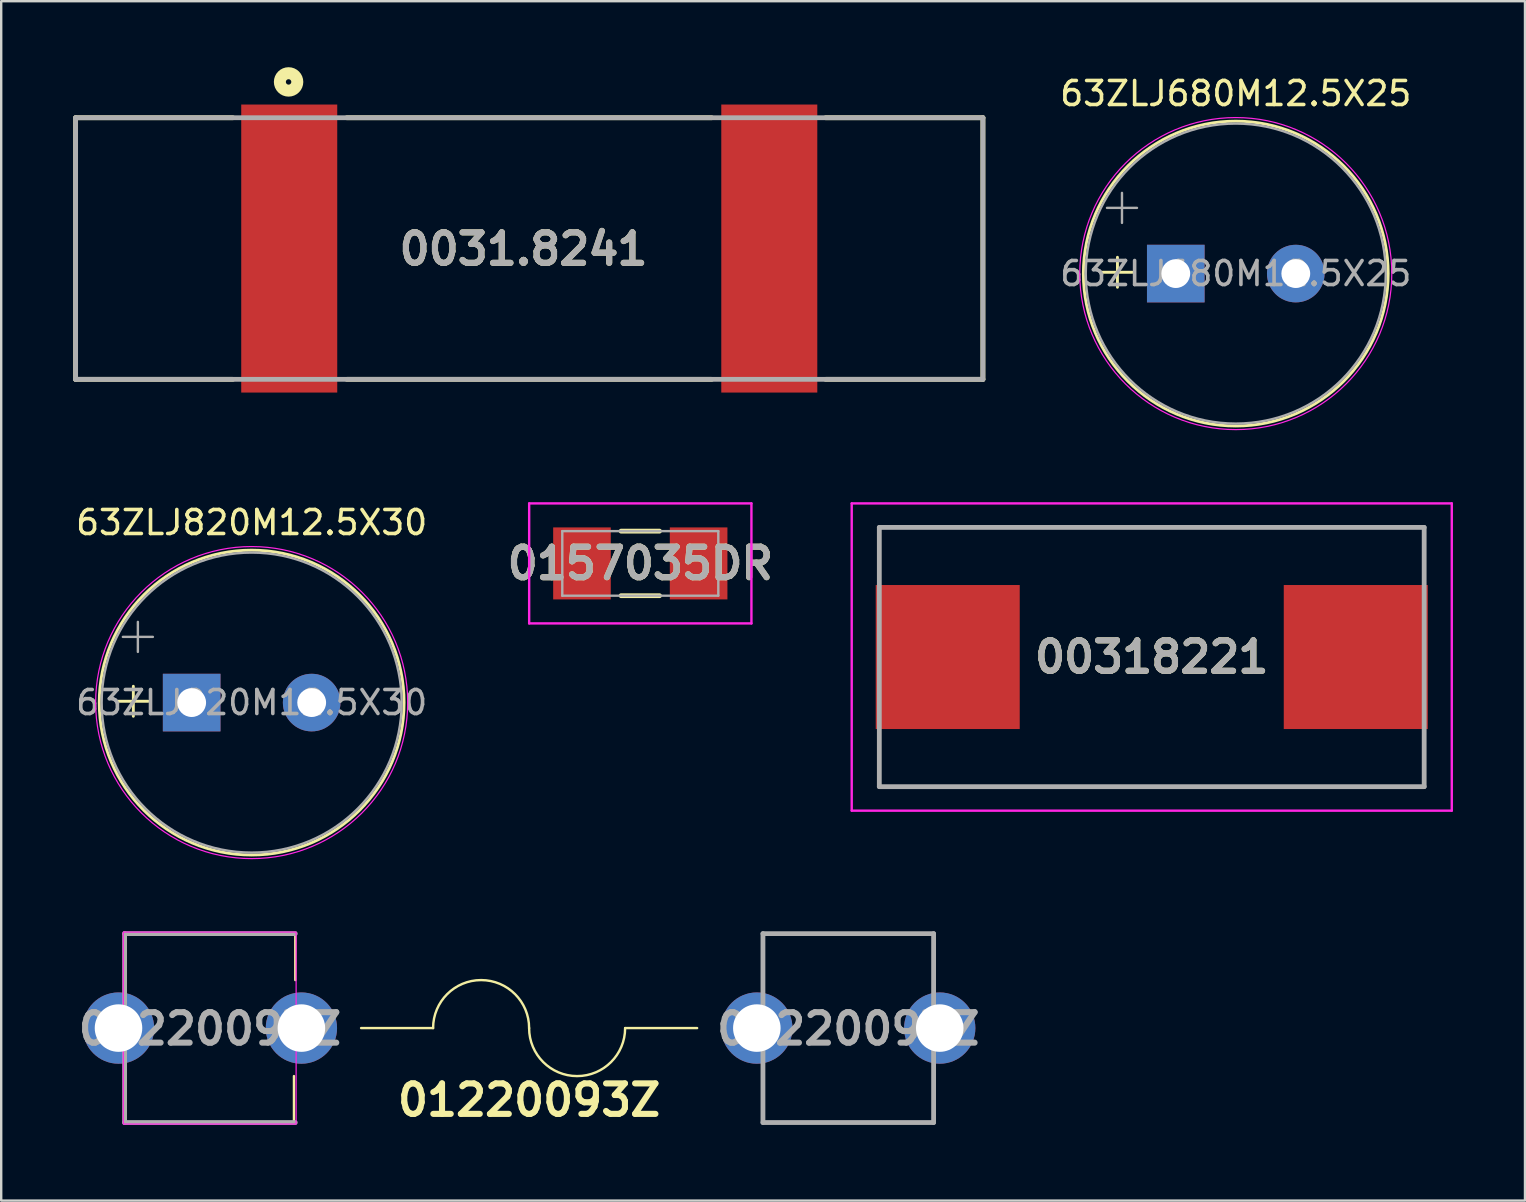
<source format=kicad_pcb>
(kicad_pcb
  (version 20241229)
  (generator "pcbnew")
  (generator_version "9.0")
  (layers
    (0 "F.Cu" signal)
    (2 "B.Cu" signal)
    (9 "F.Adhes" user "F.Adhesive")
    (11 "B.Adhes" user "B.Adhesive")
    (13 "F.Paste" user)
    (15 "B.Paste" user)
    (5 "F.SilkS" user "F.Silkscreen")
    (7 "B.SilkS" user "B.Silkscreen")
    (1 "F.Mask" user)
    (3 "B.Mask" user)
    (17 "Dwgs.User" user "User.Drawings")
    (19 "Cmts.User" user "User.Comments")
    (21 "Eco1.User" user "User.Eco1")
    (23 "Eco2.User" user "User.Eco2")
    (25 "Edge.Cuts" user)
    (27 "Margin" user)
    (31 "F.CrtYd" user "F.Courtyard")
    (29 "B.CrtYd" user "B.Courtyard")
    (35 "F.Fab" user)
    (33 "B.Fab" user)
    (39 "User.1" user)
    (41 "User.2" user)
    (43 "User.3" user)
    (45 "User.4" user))
  (footprint "63ZLJ820M12.5X30"
    (layer "F.Cu")
    (at 4.935 26.221)
    (property "Reference" "63ZLJ820M12.5X30" (at 2.5 -7.5 0) (layer "F.SilkS") (effects (font (size 1 1) (thickness 0.15))))
    (attr through_hole)
    (fp_line (start -3.055 -0.055) (end -1.805 -0.055) (stroke (width 0.12) (type solid)) (layer "F.SilkS"))
    (fp_line (start -2.43 -0.68) (end -2.43 0.57) (stroke (width 0.12) (type solid)) (layer "F.SilkS"))
    (fp_circle (center 2.5 0) (end 8.85 0) (stroke (width 0.12) (type solid)) (fill no) (layer "F.SilkS"))
    (fp_circle (center 2.5 0) (end 9 0) (stroke (width 0.05) (type solid)) (fill no) (layer "F.CrtYd"))
    (fp_line (start -2.866 -2.737) (end -1.616 -2.737) (stroke (width 0.1) (type solid)) (layer "F.Fab"))
    (fp_line (start -2.241 -3.362) (end -2.241 -2.112) (stroke (width 0.1) (type solid)) (layer "F.Fab"))
    (fp_circle (center 2.5 0) (end 8.75 0) (stroke (width 0.1) (type solid)) (fill no) (layer "F.Fab"))
    (fp_text user "${REFERENCE}" (at 2.5 0 0) (layer "F.Fab") (effects (font (size 1 1) (thickness 0.15))))
    (pad "1" thru_hole rect (at 0 0) (size 2.4 2.4) (drill 1.2) (layers "*.Cu" "*.Mask"))
    (pad "2" thru_hole circle (at 5 0) (size 2.4 2.4) (drill 1.2) (layers "*.Cu" "*.Mask")))
  (footprint "01220093Z"
    (layer "F.Cu")
    (at 1.887 39.782)
    (property "Reference" "01220093Z" (at 17.107 3 180) (layer "F.SilkS") (effects (font (size 1.27 1.27) (thickness 0.254))))
    (property "Value" "${VALUE}" (at 17.107 -5.5 0) (layer "F.SilkS") (hide yes) (effects (font (size 1.27 1.27) (thickness 0.254))))
    (attr through_hole allow_missing_courtyard dnp)
    (fp_line (start 0.255 -3.935) (end 7.365 -3.935) (stroke (width 0.1) (type solid)) (layer "F.SilkS"))
    (fp_line (start 0.255 -2) (end 0.255 -3.935) (stroke (width 0.1) (type solid)) (layer "F.SilkS"))
    (fp_line (start 0.255 2) (end 0.255 3.935) (stroke (width 0.1) (type solid)) (layer "F.SilkS"))
    (fp_line (start 0.255 3.935) (end 7.31 3.935) (stroke (width 0.1) (type solid)) (layer "F.SilkS"))
    (fp_line (start 7.31 2) (end 7.31 3.935) (stroke (width 0.1) (type solid)) (layer "F.SilkS"))
    (fp_line (start 7.365 -3.935) (end 7.365 -2) (stroke (width 0.1) (type solid)) (layer "F.SilkS"))
    (fp_line (start 13.107 0) (end 10.107 0) (stroke (width 0.1) (type default)) (layer "F.SilkS"))
    (fp_line (start 21.107 0) (end 24.107 0) (stroke (width 0.1) (type default)) (layer "F.SilkS"))
    (fp_line (start 26.849 -3.935) (end 33.959 -3.935) (stroke (width 0.1) (type solid)) (layer "F.SilkS"))
    (fp_line (start 26.849 -2) (end 26.849 -3.935) (stroke (width 0.1) (type solid)) (layer "F.SilkS"))
    (fp_line (start 26.849 2) (end 26.849 3.935) (stroke (width 0.1) (type solid)) (layer "F.SilkS"))
    (fp_line (start 26.849 3.935) (end 33.959 3.935) (stroke (width 0.1) (type solid)) (layer "F.SilkS"))
    (fp_line (start 33.959 -3.935) (end 33.959 -2) (stroke (width 0.1) (type solid)) (layer "F.SilkS"))
    (fp_line (start 33.959 2) (end 33.959 3.935) (stroke (width 0.1) (type solid)) (layer "F.SilkS"))
    (fp_arc (start 13.1069 0) (mid 15.1069 -2) (end 17.1069 0) (stroke (width 0.1) (type default)) (layer "F.SilkS"))
    (fp_arc (start 21.1069 0) (mid 19.1069 2) (end 17.1069 0) (stroke (width 0.1) (type default)) (layer "F.SilkS"))
    (fp_rect (start 0.2 -4) (end 7.4 4) (stroke (width 0.05) (type default)) (fill no) (layer "F.CrtYd"))
    (fp_line (start 0.255 -3.935) (end 7.365 -3.935) (stroke (width 0.2) (type solid)) (layer "F.Fab"))
    (fp_line (start 0.255 3.935) (end 0.255 -3.935) (stroke (width 0.2) (type solid)) (layer "F.Fab"))
    (fp_line (start 7.365 3.935) (end 0.255 3.935) (stroke (width 0.2) (type solid)) (layer "F.Fab"))
    (fp_line (start 26.849 -3.935) (end 33.959 -3.935) (stroke (width 0.2) (type solid)) (layer "F.Fab"))
    (fp_line (start 26.849 3.935) (end 26.849 -3.935) (stroke (width 0.2) (type solid)) (layer "F.Fab"))
    (fp_line (start 33.959 -3.935) (end 33.959 3.935) (stroke (width 0.2) (type solid)) (layer "F.Fab"))
    (fp_line (start 33.959 3.935) (end 26.849 3.935) (stroke (width 0.2) (type solid)) (layer "F.Fab"))
    (fp_text user "${REFERENCE}" (at 30.404 0.032 0) (layer "F.Fab") (effects (font (size 1.27 1.27) (thickness 0.254))))
    (fp_text user "${REFERENCE}" (at 3.81 0.032 0) (layer "F.Fab") (effects (font (size 1.27 1.27) (thickness 0.254))))
    (pad "1" thru_hole circle (at 0 0) (size 2.97 2.97) (drill 1.98) (layers "*.Cu" "*.Mask"))
    (pad "2" thru_hole circle (at 7.62 0) (size 2.97 2.97) (drill 1.98) (layers "*.Cu" "*.Mask"))
    (pad "3" thru_hole circle (at 26.594 0) (size 2.97 2.97) (drill 1.98) (layers "*.Cu" "*.Mask"))
    (pad "4" thru_hole circle (at 34.214 0) (size 2.97 2.97) (drill 1.98) (layers "*.Cu" "*.Mask")))
  (footprint "0031.8241"
    (layer "F.Cu")
    (at 19 7.305)
    (property "Reference" "0031.8241" (at -0.239 0.021 0) (layer "F.SilkS") (effects (font (size 1.27 1.27) (thickness 0.254))))
    (attr smd)
    (fp_line (start -18.9 -5.45) (end -12.35 -5.45) (stroke (width 0.2) (type solid)) (layer "F.SilkS"))
    (fp_line (start -18.9 5.45) (end -18.9 -5.45) (stroke (width 0.2) (type solid)) (layer "F.SilkS"))
    (fp_line (start -18.9 5.45) (end -12.35 5.45) (stroke (width 0.2) (type solid)) (layer "F.SilkS"))
    (fp_line (start -7.6 -5.45) (end 7.6 -5.45) (stroke (width 0.2) (type solid)) (layer "F.SilkS"))
    (fp_line (start -7.6 5.45) (end 7.6 5.45) (stroke (width 0.2) (type solid)) (layer "F.SilkS"))
    (fp_line (start 18.9 -5.45) (end 12.35 -5.45) (stroke (width 0.2) (type solid)) (layer "F.SilkS"))
    (fp_line (start 18.9 -5.45) (end 18.9 5.45) (stroke (width 0.2) (type solid)) (layer "F.SilkS"))
    (fp_line (start 18.9 5.45) (end 12.35 5.45) (stroke (width 0.2) (type solid)) (layer "F.SilkS"))
    (fp_circle (center -10.027 -6.942) (end -10.027 -6.829) (stroke (width 0.5) (type solid)) (fill no) (layer "F.SilkS"))
    (fp_line (start -18.9 -5.45) (end 18.9 -5.45) (stroke (width 0.2) (type solid)) (layer "F.Fab"))
    (fp_line (start -18.9 5.45) (end -18.9 -5.45) (stroke (width 0.2) (type solid)) (layer "F.Fab"))
    (fp_line (start 18.9 -5.45) (end 18.9 5.45) (stroke (width 0.2) (type solid)) (layer "F.Fab"))
    (fp_line (start 18.9 5.45) (end -18.9 5.45) (stroke (width 0.2) (type solid)) (layer "F.Fab"))
    (fp_text user "${REFERENCE}" (at -0.239 0.021 0) (layer "F.Fab") (effects (font (size 1.27 1.27) (thickness 0.254))))
    (pad "1" smd rect (at -10 0) (size 4 12) (layers "F.Cu" "F.Mask" "F.Paste"))
    (pad "2" smd rect (at 10 0) (size 4 12) (layers "F.Cu" "F.Mask" "F.Paste")))
  (footprint "0157035DR"
    (layer "F.Cu")
    (at 23.626 20.423)
    (property "Reference" "0157035DR" (at 0 0 0) (layer "F.SilkS") (effects (font (size 1.27 1.27) (thickness 0.254))))
    (attr smd)
    (fp_line (start -0.8 -1.345) (end 0.8 -1.345) (stroke (width 0.2) (type solid)) (layer "F.SilkS"))
    (fp_line (start -0.8 1.345) (end 0.8 1.345) (stroke (width 0.2) (type solid)) (layer "F.SilkS"))
    (fp_line (start -4.63 -2.5) (end 4.63 -2.5) (stroke (width 0.1) (type solid)) (layer "F.CrtYd"))
    (fp_line (start -4.63 2.5) (end -4.63 -2.5) (stroke (width 0.1) (type solid)) (layer "F.CrtYd"))
    (fp_line (start 4.63 -2.5) (end 4.63 2.5) (stroke (width 0.1) (type solid)) (layer "F.CrtYd"))
    (fp_line (start 4.63 2.5) (end -4.63 2.5) (stroke (width 0.1) (type solid)) (layer "F.CrtYd"))
    (fp_line (start -3.25 -1.345) (end 3.25 -1.345) (stroke (width 0.1) (type solid)) (layer "F.Fab"))
    (fp_line (start -3.25 1.345) (end -3.25 -1.345) (stroke (width 0.1) (type solid)) (layer "F.Fab"))
    (fp_line (start 3.25 -1.345) (end 3.25 1.345) (stroke (width 0.1) (type solid)) (layer "F.Fab"))
    (fp_line (start 3.25 1.345) (end -3.25 1.345) (stroke (width 0.1) (type solid)) (layer "F.Fab"))
    (fp_text user "${REFERENCE}" (at 0 0 0) (layer "F.Fab") (effects (font (size 1.27 1.27) (thickness 0.254))))
    (pad "1" smd rect (at -2.43 0) (size 2.4 3) (layers "F.Cu" "F.Mask" "F.Paste"))
    (pad "2" smd rect (at 2.43 0) (size 2.4 3) (layers "F.Cu" "F.Mask" "F.Paste")))
  (footprint "63ZLJ680M12.5X25"
    (layer "F.Cu")
    (at 45.935 8.348)
    (property "Reference" "63ZLJ680M12.5X25" (at 2.5 -7.5 0) (layer "F.SilkS") (effects (font (size 1 1) (thickness 0.15))))
    (attr through_hole)
    (fp_line (start -3.055 -0.055) (end -1.805 -0.055) (stroke (width 0.12) (type solid)) (layer "F.SilkS"))
    (fp_line (start -2.43 -0.68) (end -2.43 0.57) (stroke (width 0.12) (type solid)) (layer "F.SilkS"))
    (fp_circle (center 2.5 0) (end 8.85 0) (stroke (width 0.12) (type solid)) (fill no) (layer "F.SilkS"))
    (fp_circle (center 2.5 0) (end 9 0) (stroke (width 0.05) (type solid)) (fill no) (layer "F.CrtYd"))
    (fp_line (start -2.866 -2.737) (end -1.616 -2.737) (stroke (width 0.1) (type solid)) (layer "F.Fab"))
    (fp_line (start -2.241 -3.362) (end -2.241 -2.112) (stroke (width 0.1) (type solid)) (layer "F.Fab"))
    (fp_circle (center 2.5 0) (end 8.75 0) (stroke (width 0.1) (type solid)) (fill no) (layer "F.Fab"))
    (fp_text user "${REFERENCE}" (at 2.5 0 0) (layer "F.Fab") (effects (font (size 1 1) (thickness 0.15))))
    (pad "1" thru_hole rect (at 0 0) (size 2.4 2.4) (drill 1.2) (layers "*.Cu" "*.Mask"))
    (pad "2" thru_hole circle (at 5 0) (size 2.4 2.4) (drill 1.2) (layers "*.Cu" "*.Mask")))
  (footprint "00318221"
    (layer "F.Cu")
    (at 44.934 24.323)
    (property "Reference" "00318221" (at 0 0 0) (layer "F.SilkS") (effects (font (size 1.27 1.27) (thickness 0.254))))
    (attr smd)
    (fp_line (start -11.35 -5.4) (end 11.35 -5.4) (stroke (width 0.1) (type solid)) (layer "F.SilkS"))
    (fp_line (start -11.35 -3.5) (end -11.35 -5.4) (stroke (width 0.1) (type solid)) (layer "F.SilkS"))
    (fp_line (start -11.35 5.4) (end -11.35 3.5) (stroke (width 0.1) (type solid)) (layer "F.SilkS"))
    (fp_line (start 11.35 -5.4) (end 11.35 -3.5) (stroke (width 0.1) (type solid)) (layer "F.SilkS"))
    (fp_line (start 11.35 4) (end 11.35 3.5) (stroke (width 0.1) (type solid)) (layer "F.SilkS"))
    (fp_line (start 11.35 4) (end 11.35 5.4) (stroke (width 0.1) (type solid)) (layer "F.SilkS"))
    (fp_line (start 11.35 5.4) (end -11.35 5.4) (stroke (width 0.1) (type solid)) (layer "F.SilkS"))
    (fp_line (start -12.5 -6.4) (end 12.5 -6.4) (stroke (width 0.1) (type solid)) (layer "F.CrtYd"))
    (fp_line (start -12.5 6.4) (end -12.5 -6.4) (stroke (width 0.1) (type solid)) (layer "F.CrtYd"))
    (fp_line (start 12.5 -6.4) (end 12.5 6.4) (stroke (width 0.1) (type solid)) (layer "F.CrtYd"))
    (fp_line (start 12.5 6.4) (end -12.5 6.4) (stroke (width 0.1) (type solid)) (layer "F.CrtYd"))
    (fp_line (start -11.35 -5.4) (end 11.35 -5.4) (stroke (width 0.2) (type solid)) (layer "F.Fab"))
    (fp_line (start -11.35 5.4) (end -11.35 -5.4) (stroke (width 0.2) (type solid)) (layer "F.Fab"))
    (fp_line (start 11.35 -5.4) (end 11.35 5.4) (stroke (width 0.2) (type solid)) (layer "F.Fab"))
    (fp_line (start 11.35 5.4) (end -11.35 5.4) (stroke (width 0.2) (type solid)) (layer "F.Fab"))
    (fp_text user "${REFERENCE}" (at 0 0 0) (layer "F.Fab") (effects (font (size 1.27 1.27) (thickness 0.254))))
    (pad "1" smd rect (at -8.5 0 90) (size 6 6) (layers "F.Cu" "F.Mask" "F.Paste"))
    (pad "2" smd rect (at 8.5 0 90) (size 6 6) (layers "F.Cu" "F.Mask" "F.Paste")))
  (gr_rect
    (start -3 -3)
    (end 60.484 46.97)
    (stroke (width 0.1) (type default))
    (fill no)
    (layer "Edge.Cuts")))
</source>
